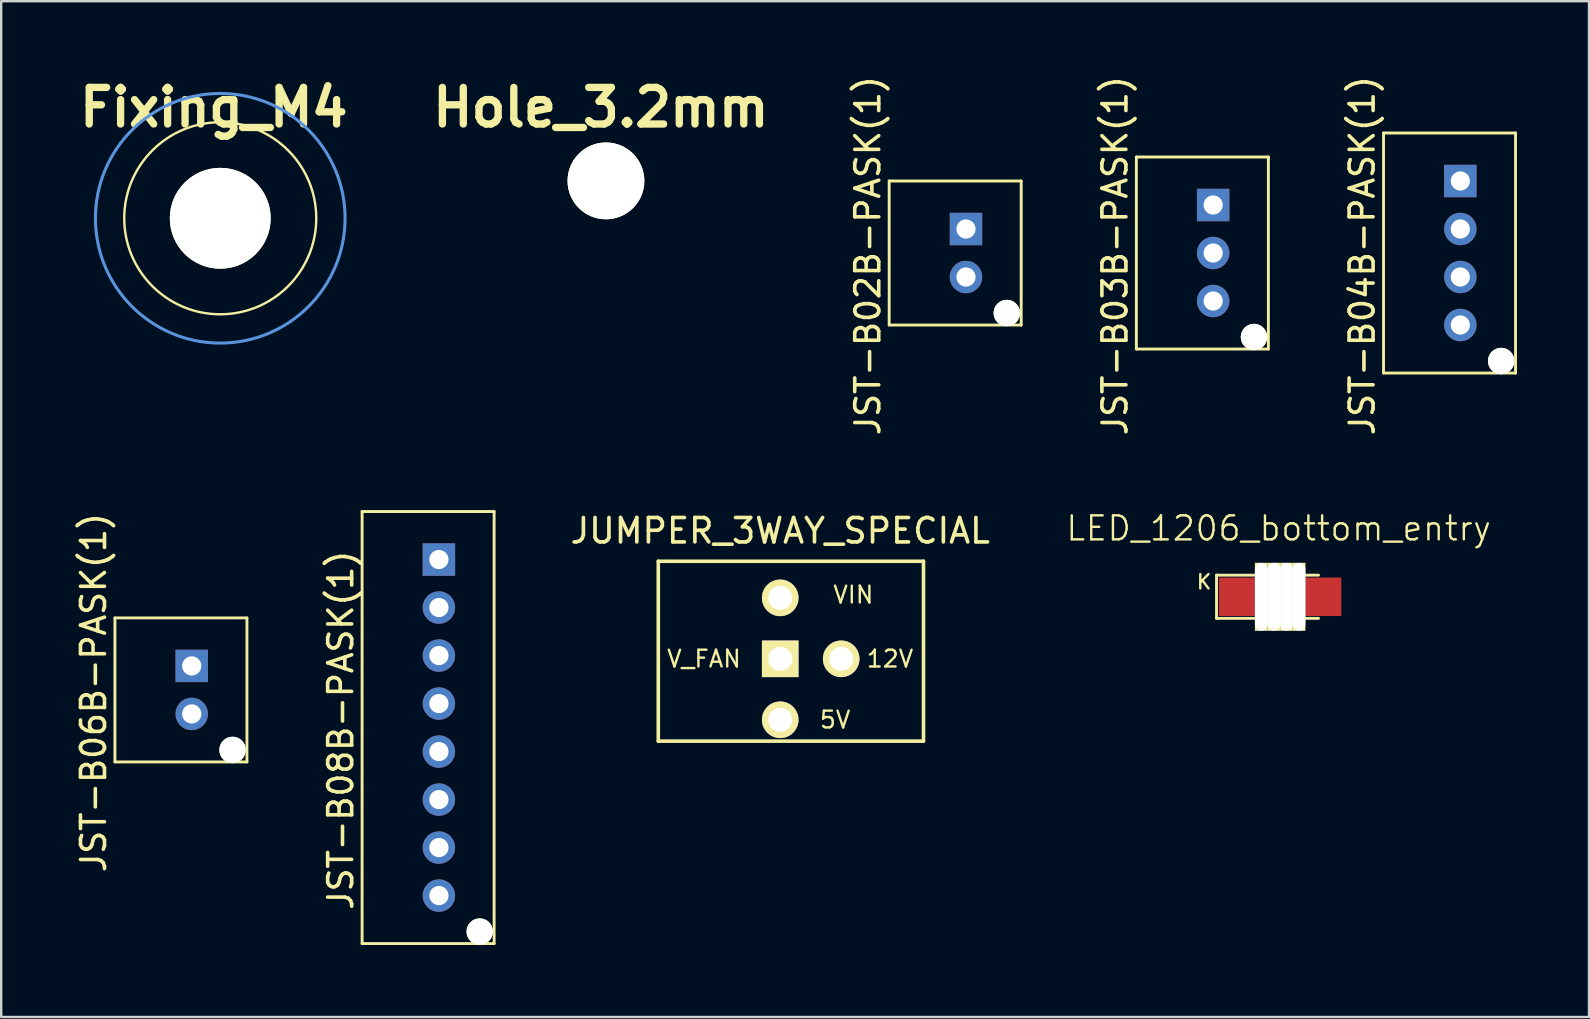
<source format=kicad_pcb>
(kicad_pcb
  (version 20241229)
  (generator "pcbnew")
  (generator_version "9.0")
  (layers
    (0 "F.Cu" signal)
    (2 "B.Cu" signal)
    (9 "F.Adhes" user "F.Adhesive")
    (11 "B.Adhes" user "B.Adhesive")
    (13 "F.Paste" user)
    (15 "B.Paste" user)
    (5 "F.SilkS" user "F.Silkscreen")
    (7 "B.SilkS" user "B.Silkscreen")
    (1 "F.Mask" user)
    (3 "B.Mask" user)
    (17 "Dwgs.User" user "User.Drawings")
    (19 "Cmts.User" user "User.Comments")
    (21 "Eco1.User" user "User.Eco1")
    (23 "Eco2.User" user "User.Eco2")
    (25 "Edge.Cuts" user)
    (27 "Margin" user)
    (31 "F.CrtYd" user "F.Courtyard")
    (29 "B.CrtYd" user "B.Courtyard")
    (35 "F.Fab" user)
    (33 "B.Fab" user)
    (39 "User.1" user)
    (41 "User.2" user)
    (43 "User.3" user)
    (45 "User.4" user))
  (footprint "Fixing_M4"
    (layer "F.Cu")
    (at 6.126 6.044)
    (property "Reference" "Fixing_M4" (at -0.269 -4.618 0) (layer "F.SilkS") (effects (font (size 1.524 1.524) (thickness 0.305))))
    (attr through_hole)
    (fp_circle (center 0 0) (end 4 0) (stroke (width 0.1) (type solid)) (fill no) (layer "F.SilkS"))
    (fp_circle (center 0 0) (end -5.2 0) (stroke (width 0.127) (type solid)) (fill no) (layer "Cmts.User"))
    (pad "" np_thru_hole circle (at 0 0) (size 4.201 4.201) (drill 4.201) (layers "*.Cu" "*.Mask" "F.SilkS")))
  (footprint "JUMPER_3WAY_SPECIAL"
    (layer "F.Cu")
    (at 29.456 24.398)
    (property "Reference" "JUMPER_3WAY_SPECIAL" (at 0 -5.334 0) (layer "F.SilkS") (effects (font (size 1.016 1.016) (thickness 0.152))))
    (attr through_hole)
    (fp_line (start -5.08 -4.064) (end 5.969 -4.064) (stroke (width 0.15) (type solid)) (layer "F.SilkS"))
    (fp_line (start -5.08 3.429) (end -5.08 -4.064) (stroke (width 0.15) (type solid)) (layer "F.SilkS"))
    (fp_line (start 5.969 -4.064) (end 5.969 3.429) (stroke (width 0.15) (type solid)) (layer "F.SilkS"))
    (fp_line (start 5.969 3.429) (end -5.08 3.429) (stroke (width 0.15) (type solid)) (layer "F.SilkS"))
    (fp_text user "V_FAN" (at -3.175 0 0) (layer "F.SilkS") (effects (font (size 0.7 0.7) (thickness 0.1))))
    (fp_text user "VIN" (at 3.048 -2.667 0) (layer "F.SilkS") (effects (font (size 0.7 0.7) (thickness 0.1))))
    (fp_text user "12V" (at 4.572 0 0) (layer "F.SilkS") (effects (font (size 0.7 0.7) (thickness 0.1))))
    (fp_text user "5V" (at 2.286 2.54 0) (layer "F.SilkS") (effects (font (size 0.7 0.7) (thickness 0.1))))
    (pad "1" thru_hole rect (at 0 0) (size 1.524 1.524) (drill 1) (layers "*.Cu" "*.Mask" "F.SilkS"))
    (pad "2" thru_hole circle (at 0 -2.54) (size 1.524 1.524) (drill 1) (layers "*.Cu" "*.Mask" "F.SilkS"))
    (pad "3" thru_hole circle (at 2.54 0) (size 1.524 1.524) (drill 1) (layers "*.Cu" "*.Mask" "F.SilkS"))
    (pad "4" thru_hole circle (at 0 2.54) (size 1.524 1.524) (drill 1) (layers "*.Cu" "*.Mask" "F.SilkS")))
  (footprint "JST-B08B-PASK(1)"
    (layer "F.Cu")
    (at 15.236 27.262)
    (property "Reference" "JST-B08B-PASK(1)" (at -4.09 0.11 90) (layer "F.SilkS") (effects (font (size 1 1) (thickness 0.15))))
    (attr through_hole)
    (fp_line (start -3.2 -9) (end 2.3 -9) (stroke (width 0.12) (type solid)) (layer "F.SilkS"))
    (fp_line (start -3.2 9) (end -3.2 -9) (stroke (width 0.12) (type solid)) (layer "F.SilkS"))
    (fp_line (start -3.2 9) (end 2.3 9) (stroke (width 0.12) (type solid)) (layer "F.SilkS"))
    (fp_line (start 2.3 9) (end 2.3 -9) (stroke (width 0.12) (type solid)) (layer "F.SilkS"))
    (pad "" np_thru_hole circle (at 1.7 8.5) (size 1.1 1.1) (drill 1.1) (layers "*.Cu" "*.Mask" "F.SilkS"))
    (pad "1" thru_hole rect (at 0 -7) (size 1.35 1.35) (drill 0.8) (layers "*.Cu" "*.Mask"))
    (pad "2" thru_hole oval (at 0 -5) (size 1.35 1.35) (drill 0.8) (layers "*.Cu" "*.Mask"))
    (pad "3" thru_hole oval (at 0 -3) (size 1.35 1.35) (drill 0.8) (layers "*.Cu" "*.Mask"))
    (pad "4" thru_hole oval (at 0 -1) (size 1.35 1.35) (drill 0.8) (layers "*.Cu" "*.Mask"))
    (pad "5" thru_hole oval (at 0 1) (size 1.35 1.35) (drill 0.8) (layers "*.Cu" "*.Mask"))
    (pad "6" thru_hole oval (at 0 3) (size 1.35 1.35) (drill 0.8) (layers "*.Cu" "*.Mask"))
    (pad "7" thru_hole oval (at 0 5) (size 1.35 1.35) (drill 0.8) (layers "*.Cu" "*.Mask"))
    (pad "8" thru_hole oval (at 0 7) (size 1.35 1.35) (drill 0.8) (layers "*.Cu" "*.Mask")))
  (footprint "JST-B02B-PASK(1)"
    (layer "F.Cu")
    (at 37.195 7.491)
    (property "Reference" "JST-B02B-PASK(1)" (at -4.09 0.11 90) (layer "F.SilkS") (effects (font (size 1 1) (thickness 0.15))))
    (attr through_hole)
    (fp_line (start -3.2 -3) (end 2.3 -3) (stroke (width 0.12) (type solid)) (layer "F.SilkS"))
    (fp_line (start -3.2 3) (end -3.2 -3) (stroke (width 0.12) (type solid)) (layer "F.SilkS"))
    (fp_line (start -3.2 3) (end 2.3 3) (stroke (width 0.12) (type solid)) (layer "F.SilkS"))
    (fp_line (start 2.3 3) (end 2.3 -3) (stroke (width 0.12) (type solid)) (layer "F.SilkS"))
    (pad "" np_thru_hole circle (at 1.7 2.5) (size 1.1 1.1) (drill 1.1) (layers "*.Cu" "*.Mask" "F.SilkS"))
    (pad "1" thru_hole rect (at 0 -1) (size 1.35 1.35) (drill 0.8) (layers "*.Cu" "*.Mask"))
    (pad "2" thru_hole oval (at 0 1) (size 1.35 1.35) (drill 0.8) (layers "*.Cu" "*.Mask")))
  (footprint "LED_1206_bottom_entry"
    (layer "F.Cu")
    (at 50.283 21.813)
    (property "Reference" "LED_1206_bottom_entry" (at -0.06 -2.85 0) (layer "F.SilkS") (effects (font (size 1 1) (thickness 0.1))))
    (attr smd)
    (fp_line (start -2.65 -0.9) (end -2.65 0.9) (stroke (width 0.12) (type solid)) (layer "F.SilkS"))
    (fp_line (start -2.65 -0.9) (end 1.6 -0.9) (stroke (width 0.12) (type solid)) (layer "F.SilkS"))
    (fp_line (start -2.65 0.9) (end 1.6 0.9) (stroke (width 0.12) (type solid)) (layer "F.SilkS"))
    (fp_text user "K" (at -3.17 -0.62 0) (layer "F.SilkS") (effects (font (size 0.6 0.6) (thickness 0.1))))
    (pad "" np_thru_hole rect (at -0.787 0 180) (size 0.525 2.825) (drill oval 0.525 2.825) (layers "*.Cu" "*.Mask" "F.SilkS"))
    (pad "" np_thru_hole rect (at -0.263 0 180) (size 0.525 2.825) (drill oval 0.525 2.825) (layers "*.Cu" "*.Mask" "F.SilkS"))
    (pad "" np_thru_hole rect (at 0.263 0 180) (size 0.525 2.825) (drill oval 0.525 2.825) (layers "*.Cu" "*.Mask" "F.SilkS"))
    (pad "" np_thru_hole rect (at 0.787 0 180) (size 0.525 2.825) (drill oval 0.525 2.825) (layers "*.Cu" "*.Mask" "F.SilkS"))
    (pad "1" smd rect (at -1.8 0 180) (size 1.5 1.6) (layers "F.Cu" "F.Mask" "F.Paste"))
    (pad "2" smd rect (at 1.8 0 180) (size 1.5 1.6) (layers "F.Cu" "F.Mask" "F.Paste")))
  (footprint "JST-B04B-PASK(1)"
    (layer "F.Cu")
    (at 57.791 7.491)
    (property "Reference" "JST-B04B-PASK(1)" (at -4.09 0.11 90) (layer "F.SilkS") (effects (font (size 1 1) (thickness 0.15))))
    (attr through_hole)
    (fp_line (start -3.2 -5) (end 2.3 -5) (stroke (width 0.12) (type solid)) (layer "F.SilkS"))
    (fp_line (start -3.2 5) (end -3.2 -5) (stroke (width 0.12) (type solid)) (layer "F.SilkS"))
    (fp_line (start -3.2 5) (end 2.3 5) (stroke (width 0.12) (type solid)) (layer "F.SilkS"))
    (fp_line (start 2.3 5) (end 2.3 -5) (stroke (width 0.12) (type solid)) (layer "F.SilkS"))
    (pad "" np_thru_hole circle (at 1.7 4.5) (size 1.1 1.1) (drill 1.1) (layers "*.Cu" "*.Mask" "F.SilkS"))
    (pad "1" thru_hole rect (at 0 -3) (size 1.35 1.35) (drill 0.8) (layers "*.Cu" "*.Mask"))
    (pad "2" thru_hole oval (at 0 -1) (size 1.35 1.35) (drill 0.8) (layers "*.Cu" "*.Mask"))
    (pad "3" thru_hole oval (at 0 1) (size 1.35 1.35) (drill 0.8) (layers "*.Cu" "*.Mask"))
    (pad "4" thru_hole oval (at 0 3) (size 1.35 1.35) (drill 0.8) (layers "*.Cu" "*.Mask")))
  (footprint "Hole_3.2mm"
    (layer "F.Cu")
    (at 22.195 4.486)
    (property "Reference" "Hole_3.2mm" (at -0.21 -3.06 0) (layer "F.SilkS") (effects (font (size 1.524 1.524) (thickness 0.305))))
    (attr through_hole)
    (pad "" np_thru_hole circle (at 0 0) (size 3.2 3.2) (drill 3.2) (layers "*.Cu" "*.Mask" "F.SilkS")))
  (footprint "JST-B03B-PASK(1)"
    (layer "F.Cu")
    (at 47.493 7.491)
    (property "Reference" "JST-B03B-PASK(1)" (at -4.09 0.11 90) (layer "F.SilkS") (effects (font (size 1 1) (thickness 0.15))))
    (attr through_hole)
    (fp_line (start -3.2 -4) (end 2.3 -4) (stroke (width 0.12) (type solid)) (layer "F.SilkS"))
    (fp_line (start -3.2 4) (end -3.2 -4) (stroke (width 0.12) (type solid)) (layer "F.SilkS"))
    (fp_line (start -3.2 4) (end 2.3 4) (stroke (width 0.12) (type solid)) (layer "F.SilkS"))
    (fp_line (start 2.3 4) (end 2.3 -4) (stroke (width 0.12) (type solid)) (layer "F.SilkS"))
    (pad "" np_thru_hole circle (at 1.7 3.5) (size 1.1 1.1) (drill 1.1) (layers "*.Cu" "*.Mask" "F.SilkS"))
    (pad "1" thru_hole rect (at 0 -2) (size 1.35 1.35) (drill 0.8) (layers "*.Cu" "*.Mask"))
    (pad "2" thru_hole oval (at 0 0) (size 1.35 1.35) (drill 0.8) (layers "*.Cu" "*.Mask"))
    (pad "3" thru_hole oval (at 0 2) (size 1.35 1.35) (drill 0.8) (layers "*.Cu" "*.Mask")))
  (footprint "JST-B06B-PASK(1)"
    (layer "F.Cu")
    (at 4.938 25.694)
    (property "Reference" "JST-B06B-PASK(1)" (at -4.09 0.11 90) (layer "F.SilkS") (effects (font (size 1 1) (thickness 0.15))))
    (attr through_hole)
    (fp_line (start -3.2 -3) (end 2.3 -3) (stroke (width 0.12) (type solid)) (layer "F.SilkS"))
    (fp_line (start -3.2 3) (end -3.2 -3) (stroke (width 0.12) (type solid)) (layer "F.SilkS"))
    (fp_line (start -3.2 3) (end 2.3 3) (stroke (width 0.12) (type solid)) (layer "F.SilkS"))
    (fp_line (start 2.3 3) (end 2.3 -3) (stroke (width 0.12) (type solid)) (layer "F.SilkS"))
    (pad "" np_thru_hole circle (at 1.7 2.5) (size 1.1 1.1) (drill 1.1) (layers "*.Cu" "*.Mask" "F.SilkS"))
    (pad "1" thru_hole rect (at 0 -1) (size 1.35 1.35) (drill 0.8) (layers "*.Cu" "*.Mask"))
    (pad "2" thru_hole oval (at 0 1) (size 1.35 1.35) (drill 0.8) (layers "*.Cu" "*.Mask")))
  (gr_rect
    (start -3 -3)
    (end 63.151 39.322)
    (stroke (width 0.1) (type default))
    (fill no)
    (layer "Edge.Cuts")))
</source>
